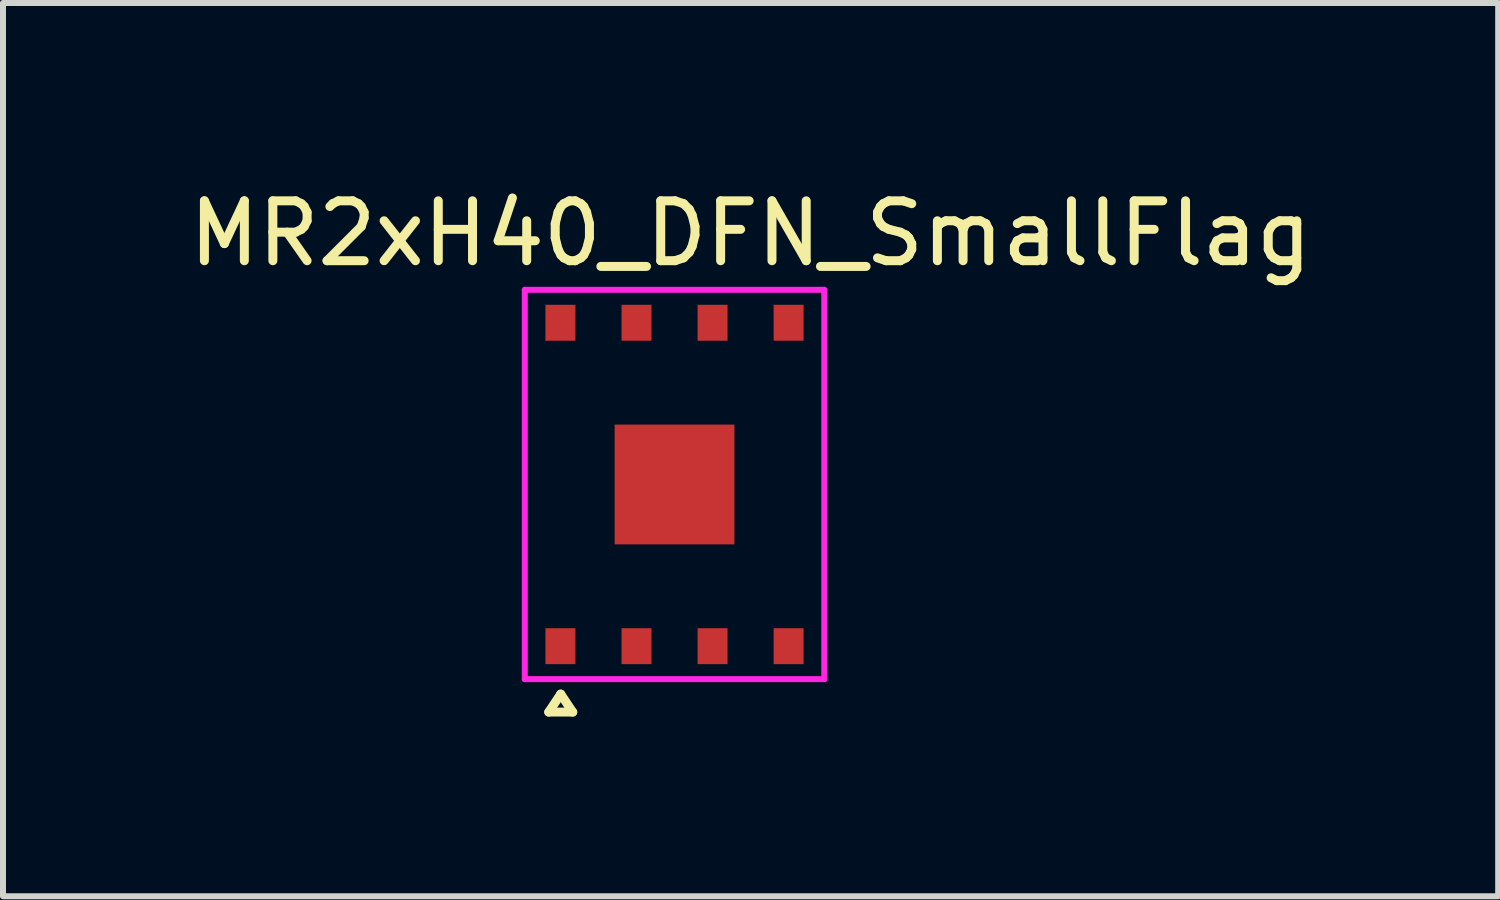
<source format=kicad_pcb>
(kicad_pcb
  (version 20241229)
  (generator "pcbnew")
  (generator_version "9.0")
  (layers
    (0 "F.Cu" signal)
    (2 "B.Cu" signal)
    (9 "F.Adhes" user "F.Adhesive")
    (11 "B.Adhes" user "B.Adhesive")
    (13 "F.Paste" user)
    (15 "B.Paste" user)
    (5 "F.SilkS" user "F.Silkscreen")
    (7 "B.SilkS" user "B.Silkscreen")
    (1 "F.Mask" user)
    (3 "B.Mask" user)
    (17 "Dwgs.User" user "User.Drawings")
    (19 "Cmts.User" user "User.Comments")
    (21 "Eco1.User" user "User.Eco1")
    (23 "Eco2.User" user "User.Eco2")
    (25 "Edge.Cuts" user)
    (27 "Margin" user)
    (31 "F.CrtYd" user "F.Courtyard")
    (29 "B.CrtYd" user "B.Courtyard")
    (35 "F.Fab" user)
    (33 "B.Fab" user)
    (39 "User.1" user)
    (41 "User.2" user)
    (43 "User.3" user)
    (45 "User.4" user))
  (footprint "MR2xH40_DFN_SmallFlag"
    (layer "F.Cu")
    (at 8.212 5.039)
    (property "Reference" "MR2xH40_DFN_SmallFlag" (at 1.27 -4.191 0) (layer "F.SilkS") (effects (font (size 1 1) (thickness 0.15))))
    (attr through_hole)
    (fp_line (start -2.1 3.8) (end -1.7 3.8) (stroke (width 0.15) (type solid)) (layer "F.SilkS"))
    (fp_line (start -1.9 3.5) (end -2.1 3.8) (stroke (width 0.15) (type solid)) (layer "F.SilkS"))
    (fp_line (start -1.7 3.8) (end -1.9 3.5) (stroke (width 0.15) (type solid)) (layer "F.SilkS"))
    (fp_line (start -2.5 -3.25) (end -2.5 3.25) (stroke (width 0.1) (type solid)) (layer "F.CrtYd"))
    (fp_line (start -2.5 3.25) (end 2.5 3.25) (stroke (width 0.1) (type solid)) (layer "F.CrtYd"))
    (fp_line (start 2.5 -3.25) (end -2.5 -3.25) (stroke (width 0.1) (type solid)) (layer "F.CrtYd"))
    (fp_line (start 2.5 3.25) (end 2.5 -3.25) (stroke (width 0.1) (type solid)) (layer "F.CrtYd"))
    (pad "0" smd rect (at 0 0) (size 2 2) (layers "F.Cu" "F.Mask" "F.Paste"))
    (pad "1" smd rect (at -1.905 2.7) (size 0.5 0.6) (layers "F.Cu" "F.Mask" "F.Paste"))
    (pad "2" smd rect (at -0.635 2.7) (size 0.5 0.6) (layers "F.Cu" "F.Mask" "F.Paste"))
    (pad "3" smd rect (at 0.635 2.7) (size 0.5 0.6) (layers "F.Cu" "F.Mask" "F.Paste"))
    (pad "4" smd rect (at 1.905 2.7) (size 0.5 0.6) (layers "F.Cu" "F.Mask" "F.Paste"))
    (pad "5" smd rect (at 1.905 -2.7) (size 0.5 0.6) (layers "F.Cu" "F.Mask" "F.Paste"))
    (pad "6" smd rect (at 0.635 -2.7) (size 0.5 0.6) (layers "F.Cu" "F.Mask" "F.Paste"))
    (pad "7" smd rect (at -0.635 -2.7) (size 0.5 0.6) (layers "F.Cu" "F.Mask" "F.Paste"))
    (pad "8" smd rect (at -1.905 -2.7) (size 0.5 0.6) (layers "F.Cu" "F.Mask" "F.Paste")))
  (gr_rect
    (start -3 -3)
    (end 21.964 11.914)
    (stroke (width 0.1) (type default))
    (fill no)
    (layer "Edge.Cuts")))
</source>
